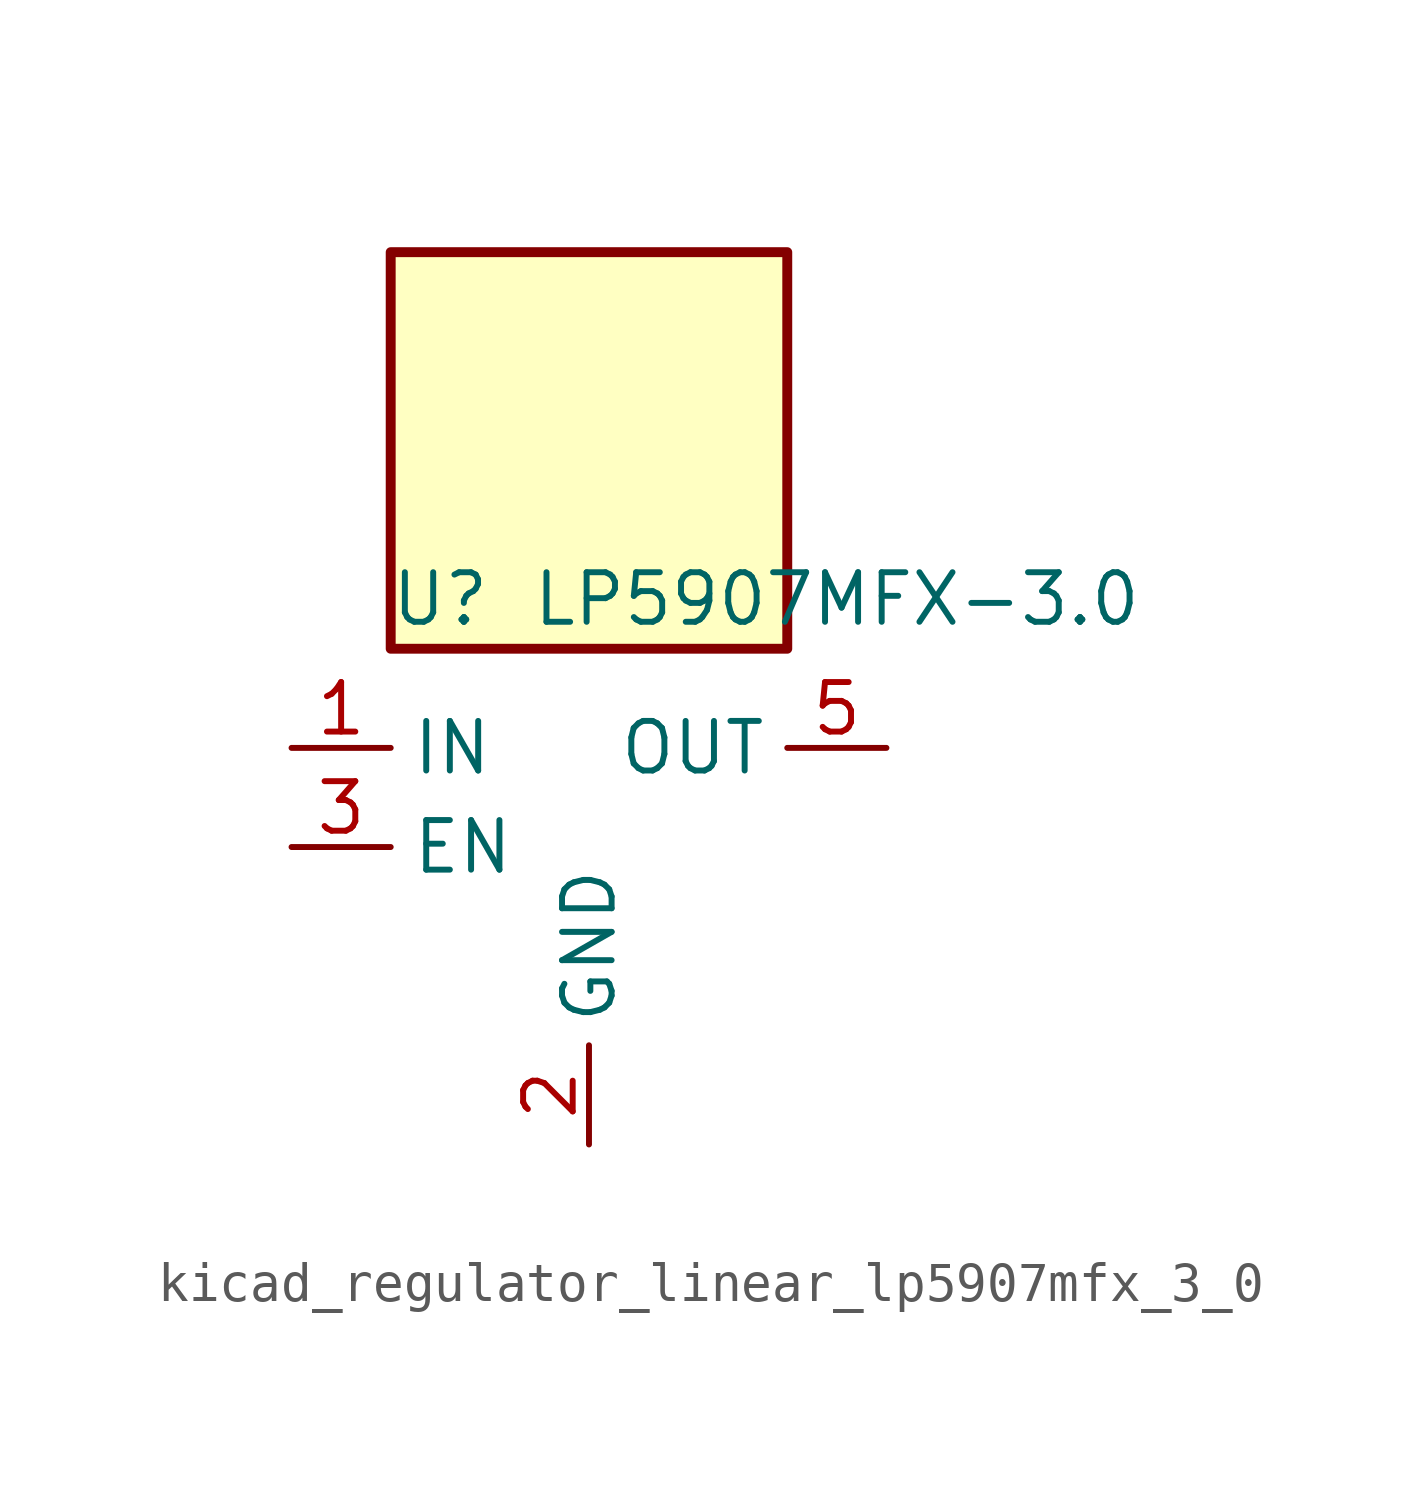
<source format=kicad_sym>
(kicad_symbol_lib
  (version 20220914)
  (generator kicad_symbol_editor)
  (symbol "kicad_regulator_linear_lp5907mfx_3_0"
    (property "Reference" "U"
      (at -3.81 6.35 0)
      (effects (font (size 1.27 1.27))))
    (property "Value" "LP5907MFX-3.0"
      (at 6.35 6.35 0)
      (effects (font (size 1.27 1.27))))
    (symbol "kicad_regulator_linear_lp5907mfx_3_0_0_1"
      (rectangle (start 5.08 15.24) (end -5.08 5.08) (stroke (width 0.254) (type default)) (fill (type background)))
      (pin power_in line (at -7.62 2.54 0) (length 2.54) (name "IN" (effects (font (size 1.27 1.27)))) (number "1" (effects (font (size 1.27 1.27)))))
      (pin power_in line (at 0 -7.62 90) (length 2.54) (name "GND" (effects (font (size 1.27 1.27)))) (number "2" (effects (font (size 1.27 1.27)))))
      (pin input line (at -7.62 0 0) (length 2.54) (name "EN" (effects (font (size 1.27 1.27)))) (number "3" (effects (font (size 1.27 1.27)))))
      (pin no_connect line (at 5.08 0 180) (length 2.54) hide (name "NC" (effects (font (size 1.27 1.27)))) (number "4" (effects (font (size 1.27 1.27)))))
      (pin power_out line (at 7.62 2.54 180) (length 2.54) (name "OUT" (effects (font (size 1.27 1.27)))) (number "5" (effects (font (size 1.27 1.27))))))))
</source>
